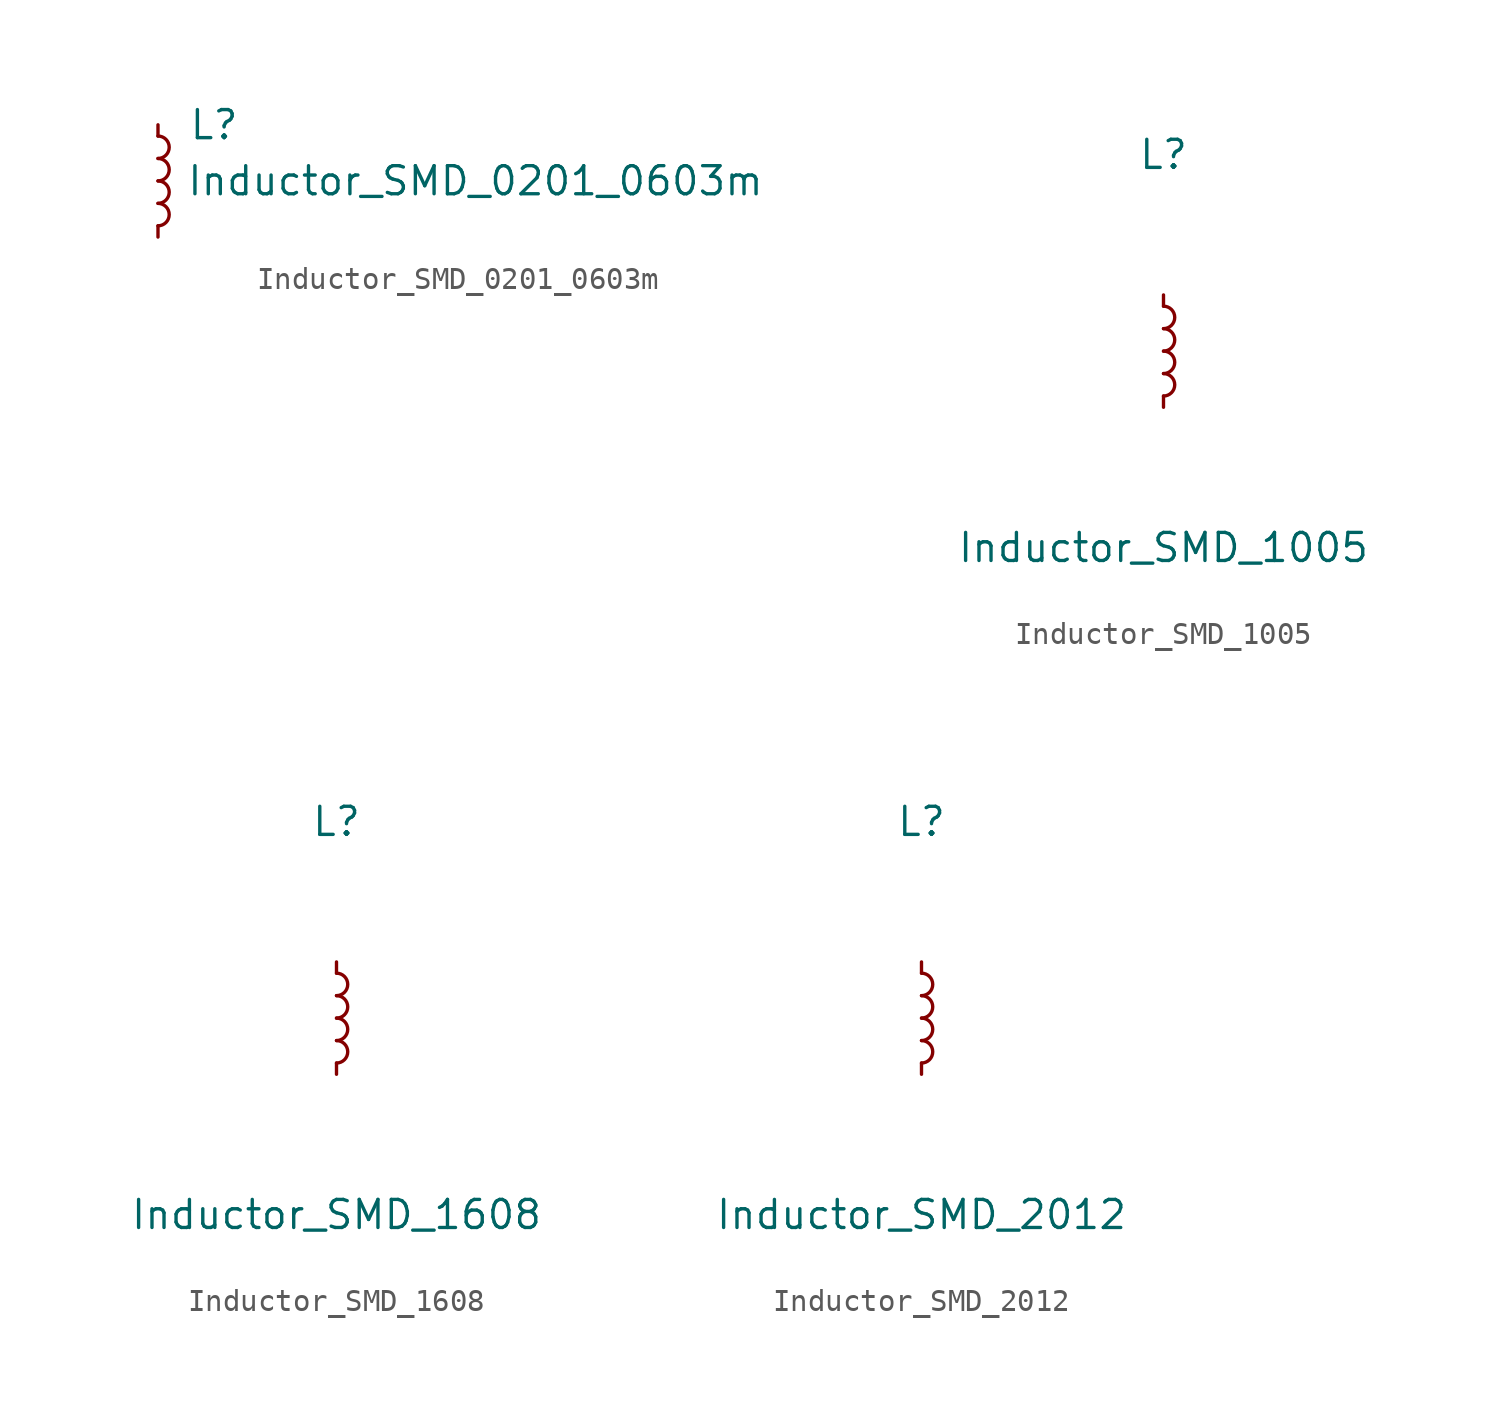
<source format=kicad_sym>
(kicad_symbol_lib
  (version 20211014)
  (generator kicad_symbol_editor)
  (symbol "Inductor_SMD_0201_0603m"
    (pin_numbers hide)
    (pin_names
      (offset 1.27) hide)
    (property "Reference" "L"
      (at 2.54 2.54 0)
      (effects (font (size 1.27 1.27))))
    (property "Value" "Inductor_SMD_0201_0603m"
      (at 1.27 0 0)
      (effects (font (size 1.27 1.27)) (justify left)))
    (symbol "Inductor_SMD_0201_0603m_1_1"
      (arc (start 0 -2.032) (mid 0.508 -1.524) (end 0 -1.016) (stroke (width 0) (type default) (color 0 0 0 0)) (fill (type none)))
      (arc (start 0 -1.016) (mid 0.508 -0.508) (end 0 0) (stroke (width 0) (type default) (color 0 0 0 0)) (fill (type none)))
      (arc (start 0 0) (mid 0.508 0.508) (end 0 1.016) (stroke (width 0) (type default) (color 0 0 0 0)) (fill (type none)))
      (arc (start 0 1.016) (mid 0.508 1.524) (end 0 2.032) (stroke (width 0) (type default) (color 0 0 0 0)) (fill (type none)))
      (pin passive line (at 0 2.54 270) (length 0.508) (name "~" (effects (font (size 1.27 1.27)))) (number "1" (effects (font (size 1.27 1.27)))))
      (pin passive line (at 0 -2.54 90) (length 0.508) (name "~" (effects (font (size 1.27 1.27)))) (number "2" (effects (font (size 1.27 1.27)))))))
  (symbol "Inductor_SMD_1005"
    (pin_numbers hide)
    (pin_names
      (offset 1.27) hide)
    (property "Reference" "L"
      (at 0 8.89 0)
      (effects (font (size 1.27 1.27))))
    (property "Value" "Inductor_SMD_1005"
      (at 0 -8.89 0)
      (effects (font (size 1.27 1.27))))
    (symbol "Inductor_SMD_1005_1_1"
      (arc (start 0 -2.032) (mid 0.508 -1.524) (end 0 -1.016) (stroke (width 0) (type default) (color 0 0 0 0)) (fill (type none)))
      (arc (start 0 -1.016) (mid 0.508 -0.508) (end 0 0) (stroke (width 0) (type default) (color 0 0 0 0)) (fill (type none)))
      (arc (start 0 0) (mid 0.508 0.508) (end 0 1.016) (stroke (width 0) (type default) (color 0 0 0 0)) (fill (type none)))
      (arc (start 0 1.016) (mid 0.508 1.524) (end 0 2.032) (stroke (width 0) (type default) (color 0 0 0 0)) (fill (type none)))
      (pin passive line (at 0 2.54 270) (length 0.508) (name "~" (effects (font (size 1.27 1.27)))) (number "1" (effects (font (size 1.27 1.27)))))
      (pin passive line (at 0 -2.54 90) (length 0.508) (name "~" (effects (font (size 1.27 1.27)))) (number "2" (effects (font (size 1.27 1.27)))))))
  (symbol "Inductor_SMD_1608"
    (pin_numbers hide)
    (pin_names
      (offset 1.27) hide)
    (property "Reference" "L"
      (at 0 8.89 0)
      (effects (font (size 1.27 1.27))))
    (property "Value" "Inductor_SMD_1608"
      (at 0 -8.89 0)
      (effects (font (size 1.27 1.27))))
    (symbol "Inductor_SMD_1608_1_1"
      (arc (start 0 -2.032) (mid 0.508 -1.524) (end 0 -1.016) (stroke (width 0) (type default) (color 0 0 0 0)) (fill (type none)))
      (arc (start 0 -1.016) (mid 0.508 -0.508) (end 0 0) (stroke (width 0) (type default) (color 0 0 0 0)) (fill (type none)))
      (arc (start 0 0) (mid 0.508 0.508) (end 0 1.016) (stroke (width 0) (type default) (color 0 0 0 0)) (fill (type none)))
      (arc (start 0 1.016) (mid 0.508 1.524) (end 0 2.032) (stroke (width 0) (type default) (color 0 0 0 0)) (fill (type none)))
      (pin passive line (at 0 2.54 270) (length 0.508) (name "~" (effects (font (size 1.27 1.27)))) (number "1" (effects (font (size 1.27 1.27)))))
      (pin passive line (at 0 -2.54 90) (length 0.508) (name "~" (effects (font (size 1.27 1.27)))) (number "2" (effects (font (size 1.27 1.27)))))))
  (symbol "Inductor_SMD_2012"
    (pin_numbers hide)
    (pin_names
      (offset 1.27) hide)
    (property "Reference" "L"
      (at 0 8.89 0)
      (effects (font (size 1.27 1.27))))
    (property "Value" "Inductor_SMD_2012"
      (at 0 -8.89 0)
      (effects (font (size 1.27 1.27))))
    (symbol "Inductor_SMD_2012_1_1"
      (arc (start 0 -2.032) (mid 0.508 -1.524) (end 0 -1.016) (stroke (width 0) (type default) (color 0 0 0 0)) (fill (type none)))
      (arc (start 0 -1.016) (mid 0.508 -0.508) (end 0 0) (stroke (width 0) (type default) (color 0 0 0 0)) (fill (type none)))
      (arc (start 0 0) (mid 0.508 0.508) (end 0 1.016) (stroke (width 0) (type default) (color 0 0 0 0)) (fill (type none)))
      (arc (start 0 1.016) (mid 0.508 1.524) (end 0 2.032) (stroke (width 0) (type default) (color 0 0 0 0)) (fill (type none)))
      (pin passive line (at 0 2.54 270) (length 0.508) (name "~" (effects (font (size 1.27 1.27)))) (number "1" (effects (font (size 1.27 1.27)))))
      (pin passive line (at 0 -2.54 90) (length 0.508) (name "~" (effects (font (size 1.27 1.27)))) (number "2" (effects (font (size 1.27 1.27))))))))
</source>
